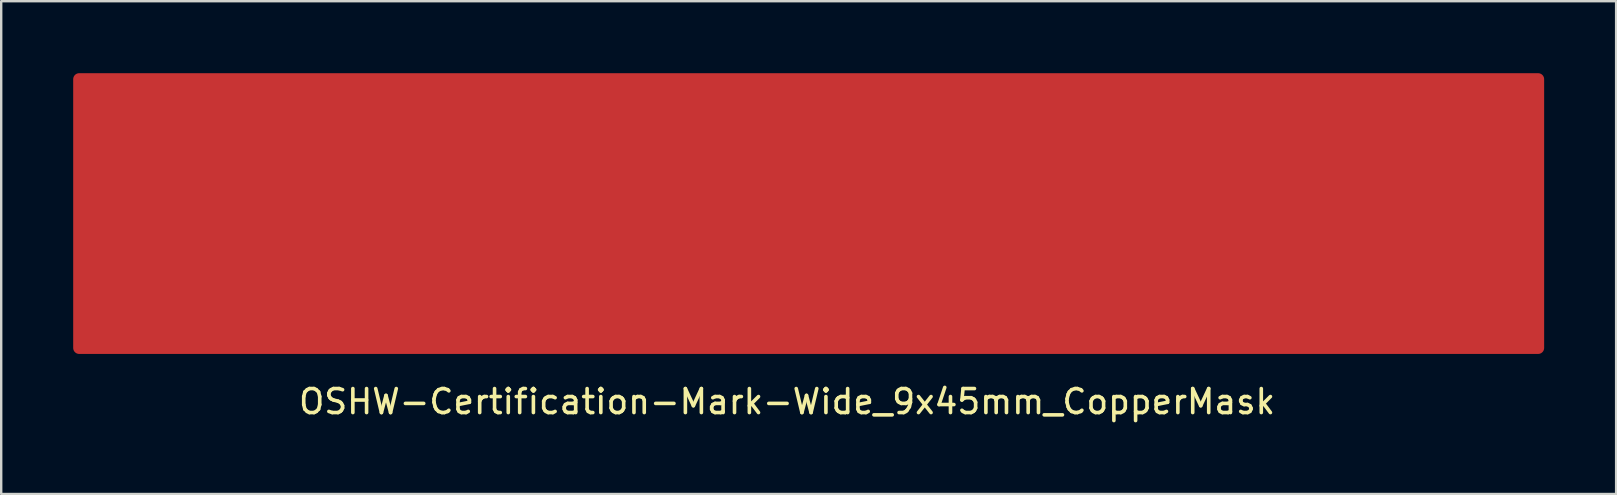
<source format=kicad_pcb>
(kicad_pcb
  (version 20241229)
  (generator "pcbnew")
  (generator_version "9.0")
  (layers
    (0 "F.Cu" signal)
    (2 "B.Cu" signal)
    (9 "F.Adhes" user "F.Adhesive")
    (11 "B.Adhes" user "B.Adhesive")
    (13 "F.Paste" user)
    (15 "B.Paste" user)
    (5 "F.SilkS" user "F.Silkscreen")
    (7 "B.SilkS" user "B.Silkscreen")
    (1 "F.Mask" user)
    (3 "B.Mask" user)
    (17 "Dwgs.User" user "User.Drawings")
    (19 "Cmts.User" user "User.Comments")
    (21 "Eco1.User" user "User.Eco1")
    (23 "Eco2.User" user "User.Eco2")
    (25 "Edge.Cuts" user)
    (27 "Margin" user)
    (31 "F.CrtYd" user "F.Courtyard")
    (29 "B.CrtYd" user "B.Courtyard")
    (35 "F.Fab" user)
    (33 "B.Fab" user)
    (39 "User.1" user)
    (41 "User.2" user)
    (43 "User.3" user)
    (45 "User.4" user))
  (footprint "OSHW-Certification-Mark-Wide_9x45mm_CopperMask"
    (layer "F.Cu")
    (at 29.75 5.85)
    (property "Reference" "OSHW-Certification-Mark-Wide_9x45mm_CopperMask" (at 0.000154 7.838 0) (unlocked yes) (layer "F.SilkS") (effects (font (size 1 1) (thickness 0.15))))
    (attr board_only exclude_from_pos_files exclude_from_bom allow_missing_courtyard)
    (fp_rect (start -29.5 -5.6) (end 31.3 5.6) (stroke (width 0.5) (type solid)) (fill yes) (layer "F.Cu"))
    (fp_poly (pts (xy -23.437 0.515) (xy -23.437 0.515) (xy -23.437 0.515)) (stroke (width 0) (type solid)) (fill yes) (layer "F.Mask"))
    (fp_poly (pts (xy -19.853 -1.699) (xy -19.853 -1.699) (xy -19.853 -1.699)) (stroke (width 0) (type solid)) (fill yes) (layer "F.Mask"))
    (fp_poly (pts (xy -8.8 5.028) (xy -28.8 5.028) (xy -28.8 -4.197) (xy -12.354 -4.197) (xy -12.354 -3.383) (xy -27.987 -3.383) (xy -27.987 4.215) (xy -9.613 4.215) (xy -9.596 -4.197) (xy -8.8 -4.197)) (stroke (width 0) (type solid)) (fill yes) (layer "F.Mask"))
    (fp_poly (pts (xy -18.075 0.083) (xy -16.318 0.083) (xy -16.318 -1.861) (xy -15.673 -1.861) (xy -15.673 2.882) (xy -16.318 2.882) (xy -16.318 0.623) (xy -18.075 0.623) (xy -18.075 2.882) (xy -18.72 2.882) (xy -18.72 -1.861) (xy -18.075 -1.861)) (stroke (width 0) (type solid)) (fill yes) (layer "F.Mask"))
    (fp_poly (pts (xy -12.032 2.882) (xy -12.639 2.882) (xy -13.284 0.064) (xy -13.925 2.882) (xy -14.532 2.882) (xy -15.241 -1.861) (xy -14.615 -1.861) (xy -14.161 1.989) (xy -13.62 -0.559) (xy -12.95 -0.559) (xy -12.404 1.995) (xy -10.865 -5.385) (xy -10.239 -5.385)) (stroke (width 0) (type solid)) (fill yes) (layer "F.Mask"))
    (fp_poly (pts (xy -24.927 -1.945) (xy -24.831 -1.938) (xy -24.739 -1.926) (xy -24.65 -1.909) (xy -24.564 -1.888) (xy -24.481 -1.861) (xy -24.401 -1.83) (xy -24.325 -1.795) (xy -24.252 -1.754) (xy -24.182 -1.709) (xy -24.116 -1.659) (xy -24.052 -1.604) (xy -23.992 -1.545) (xy -23.935 -1.48) (xy -23.882 -1.411) (xy -23.831 -1.337) (xy -23.783 -1.259) (xy -23.739 -1.175) (xy -23.697 -1.086) (xy -23.659 -0.993) (xy -23.623 -0.894) (xy -23.591 -0.791) (xy -23.562 -0.683) (xy -23.536 -0.569) (xy -23.513 -0.451) (xy -23.493 -0.328) (xy -23.476 -0.2) (xy -23.462 -0.067) (xy -23.451 0.071) (xy -23.443 0.214) (xy -23.439 0.362) (xy -23.437 0.515) (xy -23.439 0.667) (xy -23.443 0.815) (xy -23.451 0.957) (xy -23.462 1.095) (xy -23.476 1.228) (xy -23.493 1.355) (xy -23.513 1.478) (xy -23.536 1.596) (xy -23.562 1.709) (xy -23.591 1.818) (xy -23.623 1.921) (xy -23.659 2.019) (xy -23.697 2.113) (xy -23.739 2.201) (xy -23.783 2.285) (xy -23.831 2.364) (xy -23.856 2.401) (xy -23.882 2.437) (xy -23.908 2.473) (xy -23.935 2.507) (xy -23.963 2.539) (xy -23.992 2.571) (xy -24.022 2.601) (xy -24.052 2.63) (xy -24.084 2.658) (xy -24.116 2.685) (xy -24.149 2.711) (xy -24.182 2.735) (xy -24.217 2.758) (xy -24.252 2.78) (xy -24.288 2.801) (xy -24.325 2.821) (xy -24.363 2.839) (xy -24.401 2.857) (xy -24.441 2.873) (xy -24.481 2.888) (xy -24.522 2.901) (xy -24.564 2.914) (xy -24.606 2.925) (xy -24.65 2.935) (xy -24.694 2.944) (xy -24.739 2.952) (xy -24.831 2.964) (xy -24.927 2.971) (xy -25.026 2.973) (xy -25.124 2.971) (xy -25.22 2.964) (xy -25.312 2.952) (xy -25.402 2.936) (xy -25.488 2.914) (xy -25.57 2.888) (xy -25.65 2.857) (xy -25.726 2.822) (xy -25.799 2.781) (xy -25.869 2.736) (xy -25.936 2.687) (xy -25.999 2.632) (xy -26.059 2.573) (xy -26.116 2.509) (xy -26.17 2.44) (xy -26.22 2.367) (xy -26.267 2.288) (xy -26.312 2.205) (xy -26.353 2.117) (xy -26.391 2.023) (xy -26.426 1.925) (xy -26.458 1.822) (xy -26.487 1.714) (xy -26.513 1.6) (xy -26.536 1.482) (xy -26.556 1.359) (xy -26.573 1.231) (xy -26.586 1.097) (xy -26.597 0.959) (xy -26.605 0.816) (xy -26.609 0.668) (xy -26.611 0.515) (xy -25.94 0.515) (xy -25.937 0.766) (xy -25.927 0.999) (xy -25.911 1.213) (xy -25.887 1.408) (xy -25.873 1.499) (xy -25.857 1.585) (xy -25.84 1.667) (xy -25.821 1.744) (xy -25.8 1.816) (xy -25.778 1.883) (xy -25.753 1.946) (xy -25.728 2.005) (xy -25.7 2.059) (xy -25.685 2.085) (xy -25.669 2.11) (xy -25.654 2.134) (xy -25.637 2.157) (xy -25.62 2.179) (xy -25.603 2.201) (xy -25.585 2.221) (xy -25.566 2.241) (xy -25.547 2.26) (xy -25.528 2.278) (xy -25.508 2.295) (xy -25.487 2.311) (xy -25.466 2.326) (xy -25.444 2.341) (xy -25.422 2.354) (xy -25.399 2.367) (xy -25.376 2.379) (xy -25.352 2.39) (xy -25.328 2.4) (xy -25.303 2.409) (xy -25.278 2.417) (xy -25.252 2.424) (xy -25.225 2.431) (xy -25.198 2.437) (xy -25.171 2.442) (xy -25.143 2.445) (xy -25.114 2.449) (xy -25.085 2.451) (xy -25.026 2.452) (xy -24.966 2.451) (xy -24.908 2.446) (xy -24.852 2.437) (xy -24.798 2.425) (xy -24.747 2.409) (xy -24.698 2.39) (xy -24.65 2.367) (xy -24.605 2.341) (xy -24.563 2.312) (xy -24.522 2.279) (xy -24.484 2.242) (xy -24.447 2.202) (xy -24.413 2.159) (xy -24.381 2.112) (xy -24.351 2.062) (xy -24.324 2.008) (xy -24.297 1.949) (xy -24.273 1.886) (xy -24.25 1.819) (xy -24.229 1.746) (xy -24.21 1.669) (xy -24.192 1.588) (xy -24.176 1.502) (xy -24.162 1.411) (xy -24.149 1.315) (xy -24.138 1.215) (xy -24.129 1.11) (xy -24.121 1) (xy -24.115 0.886) (xy -24.111 0.767) (xy -24.108 0.643) (xy -24.108 0.515) (xy -24.111 0.263) (xy -24.121 0.03) (xy -24.138 -0.185) (xy -24.162 -0.381) (xy -24.176 -0.472) (xy -24.192 -0.558) (xy -24.21 -0.64) (xy -24.229 -0.717) (xy -24.25 -0.789) (xy -24.273 -0.857) (xy -24.297 -0.92) (xy -24.324 -0.978) (xy -24.351 -1.033) (xy -24.366 -1.058) (xy -24.381 -1.083) (xy -24.397 -1.107) (xy -24.413 -1.131) (xy -24.43 -1.153) (xy -24.447 -1.174) (xy -24.465 -1.195) (xy -24.484 -1.215) (xy -24.503 -1.233) (xy -24.522 -1.251) (xy -24.542 -1.268) (xy -24.563 -1.285) (xy -24.584 -1.3) (xy -24.605 -1.314) (xy -24.628 -1.328) (xy -24.65 -1.341) (xy -24.674 -1.352) (xy -24.698 -1.363) (xy -24.722 -1.373) (xy -24.747 -1.383) (xy -24.772 -1.391) (xy -24.798 -1.398) (xy -24.825 -1.405) (xy -24.852 -1.411) (xy -24.879 -1.415) (xy -24.908 -1.419) (xy -24.936 -1.422) (xy -24.966 -1.424) (xy -25.026 -1.426) (xy -25.085 -1.424) (xy -25.143 -1.419) (xy -25.198 -1.411) (xy -25.252 -1.398) (xy -25.303 -1.383) (xy -25.352 -1.363) (xy -25.399 -1.341) (xy -25.444 -1.314) (xy -25.487 -1.285) (xy -25.528 -1.251) (xy -25.566 -1.215) (xy -25.603 -1.174) (xy -25.637 -1.131) (xy -25.669 -1.083) (xy -25.7 -1.033) (xy -25.728 -0.978) (xy -25.753 -0.92) (xy -25.778 -0.857) (xy -25.8 -0.789) (xy -25.821 -0.717) (xy -25.84 -0.64) (xy -25.857 -0.558) (xy -25.873 -0.472) (xy -25.887 -0.381) (xy -25.9 -0.285) (xy -25.911 -0.185) (xy -25.92 -0.08) (xy -25.927 0.029) (xy -25.933 0.144) (xy -25.937 0.263) (xy -25.94 0.386) (xy -25.94 0.515) (xy -26.611 0.515) (xy -26.611 0.515) (xy -26.609 0.362) (xy -26.605 0.214) (xy -26.597 0.071) (xy -26.586 -0.067) (xy -26.573 -0.2) (xy -26.556 -0.328) (xy -26.536 -0.451) (xy -26.513 -0.569) (xy -26.487 -0.683) (xy -26.458 -0.791) (xy -26.426 -0.894) (xy -26.391 -0.993) (xy -26.353 -1.086) (xy -26.312 -1.175) (xy -26.267 -1.259) (xy -26.22 -1.337) (xy -26.195 -1.375) (xy -26.169 -1.411) (xy -26.143 -1.446) (xy -26.115 -1.48) (xy -26.087 -1.513) (xy -26.058 -1.545) (xy -26.028 -1.575) (xy -25.998 -1.604) (xy -25.966 -1.632) (xy -25.934 -1.659) (xy -25.901 -1.685) (xy -25.867 -1.709) (xy -25.833 -1.732) (xy -25.798 -1.754) (xy -25.761 -1.775) (xy -25.724 -1.795) (xy -25.687 -1.813) (xy -25.648 -1.83) (xy -25.609 -1.847) (xy -25.569 -1.861) (xy -25.528 -1.875) (xy -25.486 -1.888) (xy -25.444 -1.899) (xy -25.4 -1.909) (xy -25.312 -1.926) (xy -25.219 -1.938) (xy -25.124 -1.945) (xy -25.026 -1.947)) (stroke (width 0) (type solid)) (fill yes) (layer "F.Mask"))
    (fp_poly (pts (xy -20.995 -1.945) (xy -20.925 -1.942) (xy -20.854 -1.937) (xy -20.783 -1.93) (xy -20.711 -1.922) (xy -20.637 -1.911) (xy -20.563 -1.898) (xy -20.488 -1.883) (xy -20.412 -1.867) (xy -20.335 -1.849) (xy -20.258 -1.829) (xy -20.179 -1.807) (xy -20.099 -1.783) (xy -20.018 -1.757) (xy -19.936 -1.729) (xy -19.853 -1.699) (xy -19.853 -1.047) (xy -19.926 -1.093) (xy -19.999 -1.135) (xy -20.073 -1.175) (xy -20.146 -1.212) (xy -20.22 -1.246) (xy -20.293 -1.277) (xy -20.367 -1.305) (xy -20.441 -1.33) (xy -20.514 -1.352) (xy -20.587 -1.372) (xy -20.661 -1.388) (xy -20.734 -1.402) (xy -20.808 -1.412) (xy -20.883 -1.419) (xy -20.957 -1.424) (xy -21.032 -1.425) (xy -21.088 -1.425) (xy -21.142 -1.422) (xy -21.195 -1.418) (xy -21.247 -1.412) (xy -21.297 -1.405) (xy -21.345 -1.395) (xy -21.393 -1.385) (xy -21.438 -1.372) (xy -21.482 -1.358) (xy -21.525 -1.342) (xy -21.566 -1.325) (xy -21.606 -1.306) (xy -21.644 -1.285) (xy -21.681 -1.262) (xy -21.716 -1.238) (xy -21.749 -1.213) (xy -21.781 -1.186) (xy -21.811 -1.158) (xy -21.839 -1.129) (xy -21.865 -1.098) (xy -21.889 -1.067) (xy -21.91 -1.034) (xy -21.93 -1.001) (xy -21.947 -0.966) (xy -21.963 -0.929) (xy -21.976 -0.892) (xy -21.987 -0.854) (xy -21.997 -0.814) (xy -22.004 -0.773) (xy -22.009 -0.731) (xy -22.012 -0.688) (xy -22.013 -0.644) (xy -22.012 -0.605) (xy -22.01 -0.568) (xy -22.007 -0.531) (xy -22.002 -0.496) (xy -21.996 -0.462) (xy -21.989 -0.429) (xy -21.98 -0.397) (xy -21.97 -0.367) (xy -21.959 -0.337) (xy -21.946 -0.309) (xy -21.932 -0.282) (xy -21.917 -0.256) (xy -21.9 -0.231) (xy -21.882 -0.208) (xy -21.862 -0.185) (xy -21.842 -0.164) (xy -21.819 -0.144) (xy -21.793 -0.124) (xy -21.766 -0.104) (xy -21.736 -0.085) (xy -21.703 -0.066) (xy -21.669 -0.048) (xy -21.632 -0.03) (xy -21.592 -0.013) (xy -21.551 0.005) (xy -21.507 0.021) (xy -21.46 0.037) (xy -21.412 0.053) (xy -21.361 0.069) (xy -21.307 0.083) (xy -21.252 0.098) (xy -21.194 0.112) (xy -20.857 0.188) (xy -20.775 0.209) (xy -20.696 0.23) (xy -20.619 0.253) (xy -20.546 0.277) (xy -20.475 0.303) (xy -20.407 0.33) (xy -20.342 0.359) (xy -20.28 0.389) (xy -20.221 0.42) (xy -20.164 0.452) (xy -20.111 0.486) (xy -20.06 0.522) (xy -20.012 0.559) (xy -19.967 0.597) (xy -19.924 0.637) (xy -19.885 0.678) (xy -19.848 0.72) (xy -19.813 0.765) (xy -19.781 0.811) (xy -19.751 0.859) (xy -19.724 0.91) (xy -19.699 0.962) (xy -19.676 1.016) (xy -19.656 1.071) (xy -19.638 1.129) (xy -19.623 1.189) (xy -19.61 1.25) (xy -19.599 1.314) (xy -19.591 1.379) (xy -19.585 1.446) (xy -19.581 1.515) (xy -19.58 1.586) (xy -19.581 1.669) (xy -19.586 1.75) (xy -19.595 1.829) (xy -19.606 1.904) (xy -19.621 1.978) (xy -19.639 2.048) (xy -19.66 2.117) (xy -19.685 2.183) (xy -19.712 2.246) (xy -19.744 2.307) (xy -19.778 2.365) (xy -19.816 2.421) (xy -19.857 2.474) (xy -19.901 2.525) (xy -19.948 2.573) (xy -19.999 2.619) (xy -20.053 2.662) (xy -20.11 2.702) (xy -20.17 2.739) (xy -20.233 2.774) (xy -20.298 2.806) (xy -20.367 2.835) (xy -20.439 2.862) (xy -20.514 2.885) (xy -20.591 2.906) (xy -20.672 2.924) (xy -20.756 2.94) (xy -20.843 2.952) (xy -20.932 2.962) (xy -21.025 2.969) (xy -21.12 2.973) (xy -21.219 2.974) (xy -21.302 2.973) (xy -21.386 2.97) (xy -21.47 2.964) (xy -21.553 2.956) (xy -21.637 2.946) (xy -21.721 2.933) (xy -21.805 2.918) (xy -21.889 2.901) (xy -21.973 2.883) (xy -22.058 2.862) (xy -22.142 2.839) (xy -22.227 2.813) (xy -22.311 2.785) (xy -22.396 2.755) (xy -22.481 2.723) (xy -22.566 2.688) (xy -22.566 2.005) (xy -22.475 2.061) (xy -22.386 2.114) (xy -22.298 2.162) (xy -22.211 2.206) (xy -22.125 2.247) (xy -22.041 2.284) (xy -21.958 2.316) (xy -21.877 2.345) (xy -21.795 2.371) (xy -21.713 2.393) (xy -21.631 2.411) (xy -21.549 2.426) (xy -21.466 2.438) (xy -21.384 2.447) (xy -21.302 2.452) (xy -21.219 2.453) (xy -21.159 2.452) (xy -21.101 2.45) (xy -21.044 2.446) (xy -20.989 2.44) (xy -20.936 2.432) (xy -20.885 2.423) (xy -20.835 2.412) (xy -20.787 2.399) (xy -20.741 2.385) (xy -20.696 2.369) (xy -20.653 2.351) (xy -20.611 2.332) (xy -20.572 2.311) (xy -20.534 2.288) (xy -20.497 2.263) (xy -20.463 2.237) (xy -20.43 2.209) (xy -20.4 2.18) (xy -20.371 2.149) (xy -20.345 2.117) (xy -20.321 2.084) (xy -20.298 2.049) (xy -20.278 2.013) (xy -20.26 1.975) (xy -20.245 1.936) (xy -20.231 1.896) (xy -20.219 1.855) (xy -20.21 1.812) (xy -20.202 1.768) (xy -20.197 1.722) (xy -20.194 1.676) (xy -20.193 1.627) (xy -20.194 1.584) (xy -20.196 1.541) (xy -20.199 1.5) (xy -20.205 1.46) (xy -20.211 1.421) (xy -20.219 1.384) (xy -20.229 1.348) (xy -20.24 1.314) (xy -20.252 1.28) (xy -20.266 1.248) (xy -20.281 1.218) (xy -20.298 1.188) (xy -20.317 1.16) (xy -20.336 1.134) (xy -20.358 1.108) (xy -20.38 1.084) (xy -20.404 1.061) (xy -20.431 1.039) (xy -20.459 1.017) (xy -20.49 0.996) (xy -20.522 0.975) (xy -20.557 0.956) (xy -20.594 0.937) (xy -20.634 0.918) (xy -20.675 0.9) (xy -20.719 0.883) (xy -20.764 0.867) (xy -20.812 0.851) (xy -20.862 0.836) (xy -20.914 0.822) (xy -20.969 0.808) (xy -21.025 0.795) (xy -21.368 0.716) (xy -21.449 0.696) (xy -21.528 0.676) (xy -21.603 0.654) (xy -21.676 0.632) (xy -21.746 0.607) (xy -21.813 0.582) (xy -21.877 0.556) (xy -21.938 0.528) (xy -21.997 0.499) (xy -22.053 0.469) (xy -22.106 0.438) (xy -22.156 0.406) (xy -22.203 0.372) (xy -22.247 0.338) (xy -22.289 0.302) (xy -22.328 0.265) (xy -22.364 0.226) (xy -22.398 0.186) (xy -22.429 0.144) (xy -22.458 0.101) (xy -22.485 0.056) (xy -22.51 0.009) (xy -22.532 -0.039) (xy -22.552 -0.089) (xy -22.569 -0.14) (xy -22.584 -0.193) (xy -22.597 -0.248) (xy -22.608 -0.304) (xy -22.616 -0.362) (xy -22.622 -0.422) (xy -22.625 -0.483) (xy -22.626 -0.545) (xy -22.625 -0.624) (xy -22.62 -0.7) (xy -22.611 -0.775) (xy -22.6 -0.847) (xy -22.585 -0.918) (xy -22.566 -0.986) (xy -22.545 -1.053) (xy -22.52 -1.117) (xy -22.492 -1.18) (xy -22.46 -1.24) (xy -22.425 -1.299) (xy -22.387 -1.356) (xy -22.345 -1.41) (xy -22.3 -1.463) (xy -22.252 -1.513) (xy -22.201 -1.562) (xy -22.146 -1.609) (xy -22.089 -1.652) (xy -22.03 -1.693) (xy -21.969 -1.73) (xy -21.905 -1.765) (xy -21.84 -1.796) (xy -21.772 -1.825) (xy -21.702 -1.85) (xy -21.63 -1.873) (xy -21.555 -1.892) (xy -21.479 -1.909) (xy -21.4 -1.922) (xy -21.319 -1.933) (xy -21.236 -1.94) (xy -21.151 -1.945) (xy -21.063 -1.946)) (stroke (width 0) (type solid)) (fill yes) (layer "F.Mask"))
    (fp_text user "XX000000" (at -7.4 0.6 0) (unlocked yes) (layer "F.Mask") (effects (font (size 5 5) (thickness 0.6)) (justify left))))
  (gr_rect
    (start -3 -3)
    (end 64.3 17.536)
    (stroke (width 0.1) (type default))
    (fill no)
    (layer "Edge.Cuts")))
</source>
